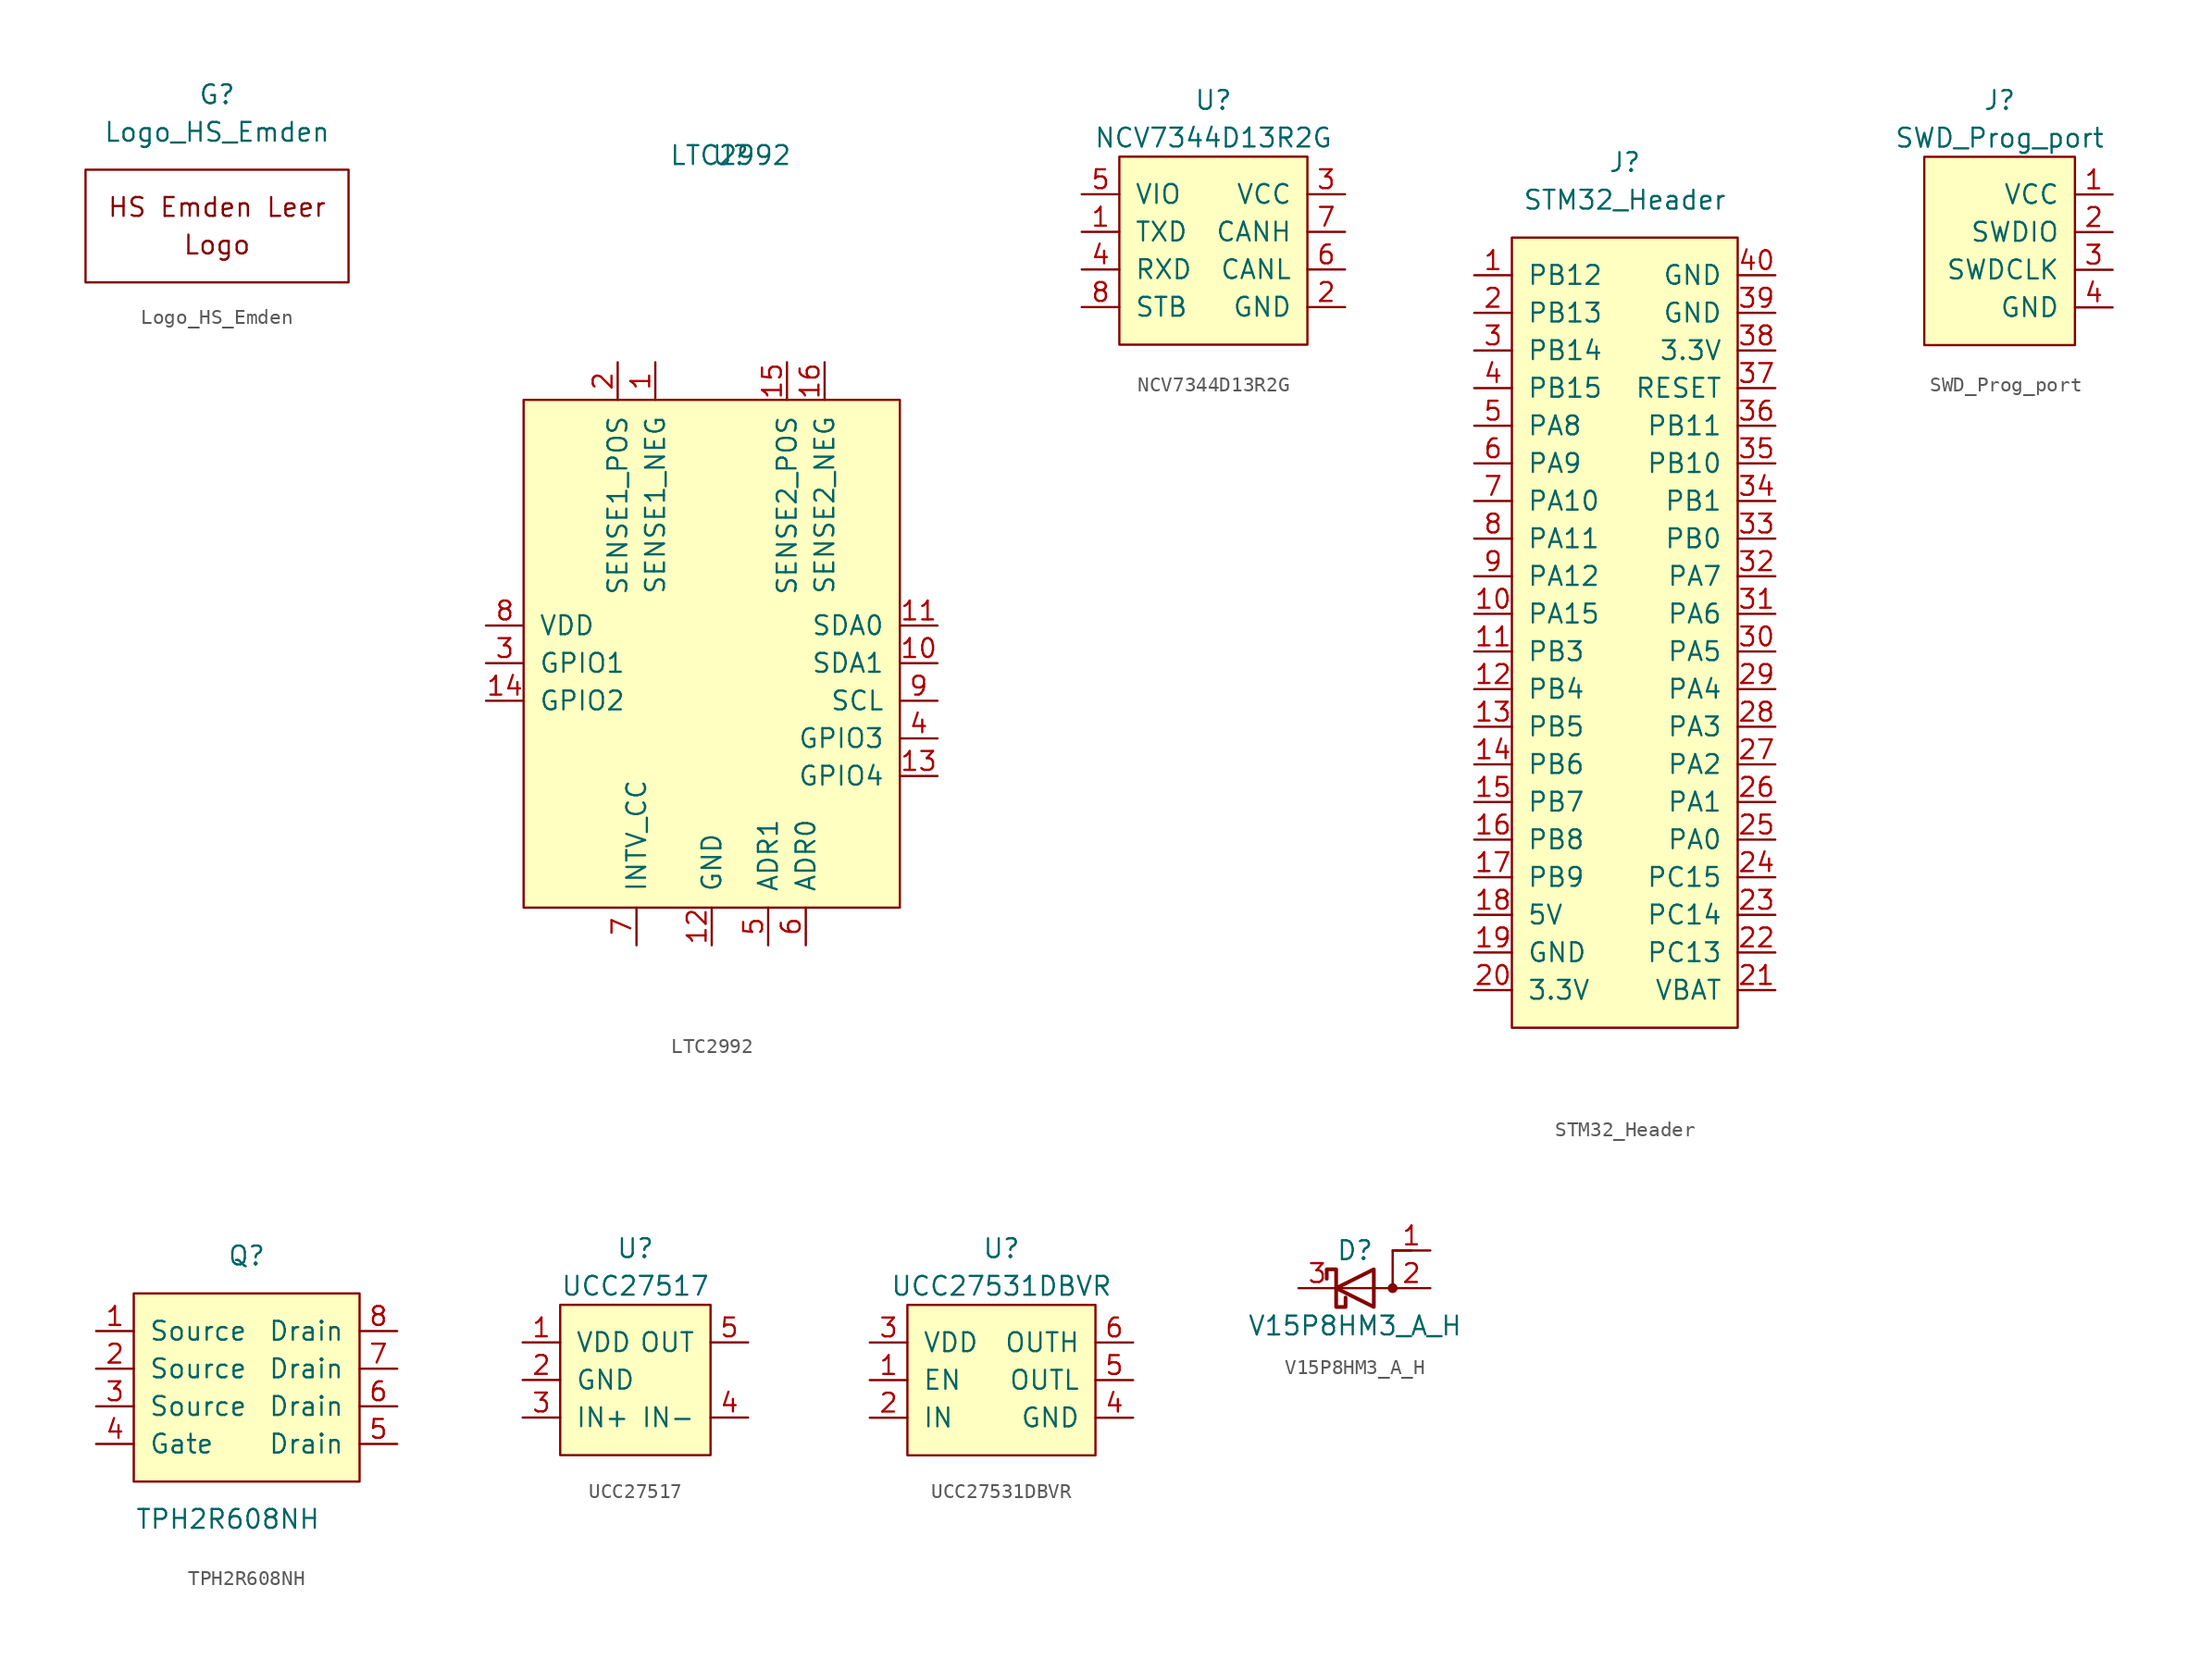
<source format=kicad_sym>
(kicad_symbol_lib
  (version 20211014)
  (generator kicad_symbol_editor)
  (symbol "Logo_HS_Emden"
    (pin_names
      (offset 1.016))
    (property "Reference" "G"
      (at 0 8.89 0)
      (effects (font (size 1.27 1.27))))
    (property "Value" "Logo_HS_Emden"
      (at 0 6.35 0)
      (effects (font (size 1.27 1.27))))
    (symbol "Logo_HS_Emden_0_0"
      (text "HS Emden Leer" (at 0 1.27 0) (effects (font (size 1.27 1.27))))
      (text "Logo" (at 0 -1.27 0) (effects (font (size 1.27 1.27)))))
    (symbol "Logo_HS_Emden_0_1"
      (rectangle (start -8.89 3.81) (end 8.89 -3.81) (stroke (width 0) (type default) (color 0 0 0 0)) (fill (type none)))))
  (symbol "LTC2992"
    (pin_names
      (offset 1.016))
    (property "Reference" "U"
      (at 1.27 34.29 0)
      (effects (font (size 1.27 1.27))))
    (property "Value" "LTC2992"
      (at 1.27 34.29 0)
      (effects (font (size 1.27 1.27))))
    (symbol "LTC2992_0_1"
      (rectangle (start -12.7 -16.51) (end 12.7 17.78) (stroke (width 0) (type default) (color 0 0 0 0)) (fill (type background))))
    (symbol "LTC2992_1_1"
      (pin input line (at -3.81 20.32 270) (length 2.54) (name "SENSE1_NEG" (effects (font (size 1.27 1.27)))) (number "1" (effects (font (size 1.27 1.27)))))
      (pin input line (at 15.24 0 180) (length 2.54) (name "SDA1" (effects (font (size 1.27 1.27)))) (number "10" (effects (font (size 1.27 1.27)))))
      (pin input line (at 15.24 2.54 180) (length 2.54) (name "SDA0" (effects (font (size 1.27 1.27)))) (number "11" (effects (font (size 1.27 1.27)))))
      (pin input line (at 0 -19.05 90) (length 2.54) (name "GND" (effects (font (size 1.27 1.27)))) (number "12" (effects (font (size 1.27 1.27)))))
      (pin input line (at 15.24 -7.62 180) (length 2.54) (name "GPIO4" (effects (font (size 1.27 1.27)))) (number "13" (effects (font (size 1.27 1.27)))))
      (pin input line (at -15.24 -2.54 0) (length 2.54) (name "GPIO2" (effects (font (size 1.27 1.27)))) (number "14" (effects (font (size 1.27 1.27)))))
      (pin input line (at 5.08 20.32 270) (length 2.54) (name "SENSE2_POS" (effects (font (size 1.27 1.27)))) (number "15" (effects (font (size 1.27 1.27)))))
      (pin input line (at 7.62 20.32 270) (length 2.54) (name "SENSE2_NEG" (effects (font (size 1.27 1.27)))) (number "16" (effects (font (size 1.27 1.27)))))
      (pin input line (at -6.35 20.32 270) (length 2.54) (name "SENSE1_POS" (effects (font (size 1.27 1.27)))) (number "2" (effects (font (size 1.27 1.27)))))
      (pin input line (at -15.24 0 0) (length 2.54) (name "GPIO1" (effects (font (size 1.27 1.27)))) (number "3" (effects (font (size 1.27 1.27)))))
      (pin input line (at 15.24 -5.08 180) (length 2.54) (name "GPIO3" (effects (font (size 1.27 1.27)))) (number "4" (effects (font (size 1.27 1.27)))))
      (pin input line (at 3.81 -19.05 90) (length 2.54) (name "ADR1" (effects (font (size 1.27 1.27)))) (number "5" (effects (font (size 1.27 1.27)))))
      (pin input line (at 6.35 -19.05 90) (length 2.54) (name "ADR0" (effects (font (size 1.27 1.27)))) (number "6" (effects (font (size 1.27 1.27)))))
      (pin input line (at -5.08 -19.05 90) (length 2.54) (name "INTV_CC" (effects (font (size 1.27 1.27)))) (number "7" (effects (font (size 1.27 1.27)))))
      (pin input line (at -15.24 2.54 0) (length 2.54) (name "VDD" (effects (font (size 1.27 1.27)))) (number "8" (effects (font (size 1.27 1.27)))))
      (pin input line (at 15.24 -2.54 180) (length 2.54) (name "SCL" (effects (font (size 1.27 1.27)))) (number "9" (effects (font (size 1.27 1.27)))))))
  (symbol "NCV7344D13R2G"
    (pin_names
      (offset 1.016))
    (property "Reference" "U"
      (at 0 10.16 0)
      (effects (font (size 1.27 1.27))))
    (property "Value" "NCV7344D13R2G"
      (at 0 7.62 0)
      (effects (font (size 1.27 1.27))))
    (symbol "NCV7344D13R2G_0_1"
      (rectangle (start -6.35 6.35) (end 6.35 -6.35) (stroke (width 0) (type default) (color 0 0 0 0)) (fill (type background))))
    (symbol "NCV7344D13R2G_1_1"
      (pin input line (at -8.89 1.27 0) (length 2.54) (name "TXD" (effects (font (size 1.27 1.27)))) (number "1" (effects (font (size 1.27 1.27)))))
      (pin power_in line (at 8.89 -3.81 180) (length 2.54) (name "GND" (effects (font (size 1.27 1.27)))) (number "2" (effects (font (size 1.27 1.27)))))
      (pin power_in line (at 8.89 3.81 180) (length 2.54) (name "VCC" (effects (font (size 1.27 1.27)))) (number "3" (effects (font (size 1.27 1.27)))))
      (pin input line (at -8.89 -1.27 0) (length 2.54) (name "RXD" (effects (font (size 1.27 1.27)))) (number "4" (effects (font (size 1.27 1.27)))))
      (pin power_in line (at -8.89 3.81 0) (length 2.54) (name "VIO" (effects (font (size 1.27 1.27)))) (number "5" (effects (font (size 1.27 1.27)))))
      (pin input line (at 8.89 -1.27 180) (length 2.54) (name "CANL" (effects (font (size 1.27 1.27)))) (number "6" (effects (font (size 1.27 1.27)))))
      (pin input line (at 8.89 1.27 180) (length 2.54) (name "CANH" (effects (font (size 1.27 1.27)))) (number "7" (effects (font (size 1.27 1.27)))))
      (pin input line (at -8.89 -3.81 0) (length 2.54) (name "STB" (effects (font (size 1.27 1.27)))) (number "8" (effects (font (size 1.27 1.27)))))))
  (symbol "STM32_Header"
    (pin_names
      (offset 1.016))
    (property "Reference" "J"
      (at 0 30.48 0)
      (effects (font (size 1.27 1.27))))
    (property "Value" "STM32_Header"
      (at 0 27.94 0)
      (effects (font (size 1.27 1.27))))
    (symbol "STM32_Header_0_1"
      (rectangle (start -7.62 25.4) (end 7.62 -27.94) (stroke (width 0) (type default) (color 0 0 0 0)) (fill (type background))))
    (symbol "STM32_Header_1_1"
      (pin input line (at -10.16 22.86 0) (length 2.54) (name "PB12" (effects (font (size 1.27 1.27)))) (number "1" (effects (font (size 1.27 1.27)))))
      (pin input line (at -10.16 0 0) (length 2.54) (name "PA15" (effects (font (size 1.27 1.27)))) (number "10" (effects (font (size 1.27 1.27)))))
      (pin input line (at -10.16 -2.54 0) (length 2.54) (name "PB3" (effects (font (size 1.27 1.27)))) (number "11" (effects (font (size 1.27 1.27)))))
      (pin input line (at -10.16 -5.08 0) (length 2.54) (name "PB4" (effects (font (size 1.27 1.27)))) (number "12" (effects (font (size 1.27 1.27)))))
      (pin input line (at -10.16 -7.62 0) (length 2.54) (name "PB5" (effects (font (size 1.27 1.27)))) (number "13" (effects (font (size 1.27 1.27)))))
      (pin input line (at -10.16 -10.16 0) (length 2.54) (name "PB6" (effects (font (size 1.27 1.27)))) (number "14" (effects (font (size 1.27 1.27)))))
      (pin input line (at -10.16 -12.7 0) (length 2.54) (name "PB7" (effects (font (size 1.27 1.27)))) (number "15" (effects (font (size 1.27 1.27)))))
      (pin input line (at -10.16 -15.24 0) (length 2.54) (name "PB8" (effects (font (size 1.27 1.27)))) (number "16" (effects (font (size 1.27 1.27)))))
      (pin input line (at -10.16 -17.78 0) (length 2.54) (name "PB9" (effects (font (size 1.27 1.27)))) (number "17" (effects (font (size 1.27 1.27)))))
      (pin input line (at -10.16 -20.32 0) (length 2.54) (name "5V" (effects (font (size 1.27 1.27)))) (number "18" (effects (font (size 1.27 1.27)))))
      (pin input line (at -10.16 -22.86 0) (length 2.54) (name "GND" (effects (font (size 1.27 1.27)))) (number "19" (effects (font (size 1.27 1.27)))))
      (pin input line (at -10.16 20.32 0) (length 2.54) (name "PB13" (effects (font (size 1.27 1.27)))) (number "2" (effects (font (size 1.27 1.27)))))
      (pin input line (at -10.16 -25.4 0) (length 2.54) (name "3.3V" (effects (font (size 1.27 1.27)))) (number "20" (effects (font (size 1.27 1.27)))))
      (pin input line (at 10.16 -25.4 180) (length 2.54) (name "VBAT" (effects (font (size 1.27 1.27)))) (number "21" (effects (font (size 1.27 1.27)))))
      (pin input line (at 10.16 -22.86 180) (length 2.54) (name "PC13" (effects (font (size 1.27 1.27)))) (number "22" (effects (font (size 1.27 1.27)))))
      (pin input line (at 10.16 -20.32 180) (length 2.54) (name "PC14" (effects (font (size 1.27 1.27)))) (number "23" (effects (font (size 1.27 1.27)))))
      (pin input line (at 10.16 -17.78 180) (length 2.54) (name "PC15" (effects (font (size 1.27 1.27)))) (number "24" (effects (font (size 1.27 1.27)))))
      (pin input line (at 10.16 -15.24 180) (length 2.54) (name "PA0" (effects (font (size 1.27 1.27)))) (number "25" (effects (font (size 1.27 1.27)))))
      (pin input line (at 10.16 -12.7 180) (length 2.54) (name "PA1" (effects (font (size 1.27 1.27)))) (number "26" (effects (font (size 1.27 1.27)))))
      (pin input line (at 10.16 -10.16 180) (length 2.54) (name "PA2" (effects (font (size 1.27 1.27)))) (number "27" (effects (font (size 1.27 1.27)))))
      (pin input line (at 10.16 -7.62 180) (length 2.54) (name "PA3" (effects (font (size 1.27 1.27)))) (number "28" (effects (font (size 1.27 1.27)))))
      (pin input line (at 10.16 -5.08 180) (length 2.54) (name "PA4" (effects (font (size 1.27 1.27)))) (number "29" (effects (font (size 1.27 1.27)))))
      (pin input line (at -10.16 17.78 0) (length 2.54) (name "PB14" (effects (font (size 1.27 1.27)))) (number "3" (effects (font (size 1.27 1.27)))))
      (pin input line (at 10.16 -2.54 180) (length 2.54) (name "PA5" (effects (font (size 1.27 1.27)))) (number "30" (effects (font (size 1.27 1.27)))))
      (pin input line (at 10.16 0 180) (length 2.54) (name "PA6" (effects (font (size 1.27 1.27)))) (number "31" (effects (font (size 1.27 1.27)))))
      (pin input line (at 10.16 2.54 180) (length 2.54) (name "PA7" (effects (font (size 1.27 1.27)))) (number "32" (effects (font (size 1.27 1.27)))))
      (pin input line (at 10.16 5.08 180) (length 2.54) (name "PB0" (effects (font (size 1.27 1.27)))) (number "33" (effects (font (size 1.27 1.27)))))
      (pin input line (at 10.16 7.62 180) (length 2.54) (name "PB1" (effects (font (size 1.27 1.27)))) (number "34" (effects (font (size 1.27 1.27)))))
      (pin input line (at 10.16 10.16 180) (length 2.54) (name "PB10" (effects (font (size 1.27 1.27)))) (number "35" (effects (font (size 1.27 1.27)))))
      (pin input line (at 10.16 12.7 180) (length 2.54) (name "PB11" (effects (font (size 1.27 1.27)))) (number "36" (effects (font (size 1.27 1.27)))))
      (pin input line (at 10.16 15.24 180) (length 2.54) (name "RESET" (effects (font (size 1.27 1.27)))) (number "37" (effects (font (size 1.27 1.27)))))
      (pin input line (at 10.16 17.78 180) (length 2.54) (name "3.3V" (effects (font (size 1.27 1.27)))) (number "38" (effects (font (size 1.27 1.27)))))
      (pin input line (at 10.16 20.32 180) (length 2.54) (name "GND" (effects (font (size 1.27 1.27)))) (number "39" (effects (font (size 1.27 1.27)))))
      (pin input line (at -10.16 15.24 0) (length 2.54) (name "PB15" (effects (font (size 1.27 1.27)))) (number "4" (effects (font (size 1.27 1.27)))))
      (pin input line (at 10.16 22.86 180) (length 2.54) (name "GND" (effects (font (size 1.27 1.27)))) (number "40" (effects (font (size 1.27 1.27)))))
      (pin input line (at -10.16 12.7 0) (length 2.54) (name "PA8" (effects (font (size 1.27 1.27)))) (number "5" (effects (font (size 1.27 1.27)))))
      (pin input line (at -10.16 10.16 0) (length 2.54) (name "PA9" (effects (font (size 1.27 1.27)))) (number "6" (effects (font (size 1.27 1.27)))))
      (pin input line (at -10.16 7.62 0) (length 2.54) (name "PA10" (effects (font (size 1.27 1.27)))) (number "7" (effects (font (size 1.27 1.27)))))
      (pin input line (at -10.16 5.08 0) (length 2.54) (name "PA11" (effects (font (size 1.27 1.27)))) (number "8" (effects (font (size 1.27 1.27)))))
      (pin input line (at -10.16 2.54 0) (length 2.54) (name "PA12" (effects (font (size 1.27 1.27)))) (number "9" (effects (font (size 1.27 1.27)))))))
  (symbol "SWD_Prog_port"
    (pin_names
      (offset 1.016))
    (property "Reference" "J"
      (at 0 10.16 0)
      (effects (font (size 1.27 1.27))))
    (property "Value" "SWD_Prog_port"
      (at 0 7.62 0)
      (effects (font (size 1.27 1.27))))
    (symbol "SWD_Prog_port_0_1"
      (rectangle (start -5.08 6.35) (end 5.08 -6.35) (stroke (width 0) (type default) (color 0 0 0 0)) (fill (type background))))
    (symbol "SWD_Prog_port_1_1"
      (pin input line (at 7.62 3.81 180) (length 2.54) (name "VCC" (effects (font (size 1.27 1.27)))) (number "1" (effects (font (size 1.27 1.27)))))
      (pin bidirectional line (at 7.62 1.27 180) (length 2.54) (name "SWDIO" (effects (font (size 1.27 1.27)))) (number "2" (effects (font (size 1.27 1.27)))))
      (pin input line (at 7.62 -1.27 180) (length 2.54) (name "SWDCLK" (effects (font (size 1.27 1.27)))) (number "3" (effects (font (size 1.27 1.27)))))
      (pin input line (at 7.62 -3.81 180) (length 2.54) (name "GND" (effects (font (size 1.27 1.27)))) (number "4" (effects (font (size 1.27 1.27)))))))
  (symbol "TPH2R608NH"
    (pin_names
      (offset 1.016))
    (property "Reference" "Q"
      (at 0 8.89 0)
      (effects (font (size 1.27 1.27))))
    (property "Value" "TPH2R608NH"
      (at -1.27 -8.89 0)
      (effects (font (size 1.27 1.27))))
    (symbol "TPH2R608NH_0_1"
      (rectangle (start -7.62 6.35) (end 7.62 -6.35) (stroke (width 0) (type default) (color 0 0 0 0)) (fill (type background))))
    (symbol "TPH2R608NH_1_1"
      (pin input line (at -10.16 3.81 0) (length 2.54) (name "Source" (effects (font (size 1.27 1.27)))) (number "1" (effects (font (size 1.27 1.27)))))
      (pin input line (at -10.16 1.27 0) (length 2.54) (name "Source" (effects (font (size 1.27 1.27)))) (number "2" (effects (font (size 1.27 1.27)))))
      (pin input line (at -10.16 -1.27 0) (length 2.54) (name "Source" (effects (font (size 1.27 1.27)))) (number "3" (effects (font (size 1.27 1.27)))))
      (pin input line (at -10.16 -3.81 0) (length 2.54) (name "Gate" (effects (font (size 1.27 1.27)))) (number "4" (effects (font (size 1.27 1.27)))))
      (pin input line (at 10.16 -3.81 180) (length 2.54) (name "Drain" (effects (font (size 1.27 1.27)))) (number "5" (effects (font (size 1.27 1.27)))))
      (pin input line (at 10.16 -1.27 180) (length 2.54) (name "Drain" (effects (font (size 1.27 1.27)))) (number "6" (effects (font (size 1.27 1.27)))))
      (pin input line (at 10.16 1.27 180) (length 2.54) (name "Drain" (effects (font (size 1.27 1.27)))) (number "7" (effects (font (size 1.27 1.27)))))
      (pin input line (at 10.16 3.81 180) (length 2.54) (name "Drain" (effects (font (size 1.27 1.27)))) (number "8" (effects (font (size 1.27 1.27)))))))
  (symbol "UCC27517"
    (pin_names
      (offset 1.016))
    (property "Reference" "U"
      (at 0 11.43 0)
      (effects (font (size 1.27 1.27))))
    (property "Value" "UCC27517"
      (at 0 8.89 0)
      (effects (font (size 1.27 1.27))))
    (symbol "UCC27517_0_1"
      (rectangle (start -5.08 7.62) (end 5.08 -2.54) (stroke (width 0) (type default) (color 0 0 0 0)) (fill (type background))))
    (symbol "UCC27517_1_1"
      (pin power_in line (at -7.62 5.08 0) (length 2.54) (name "VDD" (effects (font (size 1.27 1.27)))) (number "1" (effects (font (size 1.27 1.27)))))
      (pin power_in line (at -7.62 2.54 0) (length 2.54) (name "GND" (effects (font (size 1.27 1.27)))) (number "2" (effects (font (size 1.27 1.27)))))
      (pin input line (at -7.62 0 0) (length 2.54) (name "IN+" (effects (font (size 1.27 1.27)))) (number "3" (effects (font (size 1.27 1.27)))))
      (pin input line (at 7.62 0 180) (length 2.54) (name "IN-" (effects (font (size 1.27 1.27)))) (number "4" (effects (font (size 1.27 1.27)))))
      (pin output line (at 7.62 5.08 180) (length 2.54) (name "OUT" (effects (font (size 1.27 1.27)))) (number "5" (effects (font (size 1.27 1.27)))))))
  (symbol "UCC27531DBVR"
    (pin_names
      (offset 1.016))
    (property "Reference" "U"
      (at 0 8.89 0)
      (effects (font (size 1.27 1.27))))
    (property "Value" "UCC27531DBVR"
      (at 0 6.35 0)
      (effects (font (size 1.27 1.27))))
    (symbol "UCC27531DBVR_0_1"
      (rectangle (start -6.35 5.08) (end 6.35 -5.08) (stroke (width 0) (type default) (color 0 0 0 0)) (fill (type background))))
    (symbol "UCC27531DBVR_1_1"
      (pin input line (at -8.89 0 0) (length 2.54) (name "EN" (effects (font (size 1.27 1.27)))) (number "1" (effects (font (size 1.27 1.27)))))
      (pin input line (at -8.89 -2.54 0) (length 2.54) (name "IN" (effects (font (size 1.27 1.27)))) (number "2" (effects (font (size 1.27 1.27)))))
      (pin power_in line (at -8.89 2.54 0) (length 2.54) (name "VDD" (effects (font (size 1.27 1.27)))) (number "3" (effects (font (size 1.27 1.27)))))
      (pin power_in line (at 8.89 -2.54 180) (length 2.54) (name "GND" (effects (font (size 1.27 1.27)))) (number "4" (effects (font (size 1.27 1.27)))))
      (pin output line (at 8.89 0 180) (length 2.54) (name "OUTL" (effects (font (size 1.27 1.27)))) (number "5" (effects (font (size 1.27 1.27)))))
      (pin output line (at 8.89 2.54 180) (length 2.54) (name "OUTH" (effects (font (size 1.27 1.27)))) (number "6" (effects (font (size 1.27 1.27)))))))
  (symbol "V15P8HM3_A_H"
    (pin_names
      (offset 0) hide)
    (property "Reference" "D"
      (at 0 2.54 0)
      (effects (font (size 1.27 1.27))))
    (property "Value" "V15P8HM3_A_H"
      (at 0 -2.54 0)
      (effects (font (size 1.27 1.27))))
    (symbol "V15P8HM3_A_H_0_1"
      (polyline (pts (xy 1.27 1.27) (xy 1.27 -1.27) (xy -1.27 0) (xy 1.27 1.27)) (stroke (width 0.254) (type default) (color 0 0 0 0)) (fill (type none)))
      (polyline (pts (xy 3.81 2.54) (xy 2.54 2.54) (xy 2.54 0) (xy -1.27 0)) (stroke (width 0) (type default) (color 0 0 0 0)) (fill (type none)))
      (polyline (pts (xy -1.905 0.635) (xy -1.905 1.27) (xy -1.27 1.27) (xy -1.27 -1.27) (xy -0.635 -1.27) (xy -0.635 -0.635)) (stroke (width 0.254) (type default) (color 0 0 0 0)) (fill (type none)))
      (circle (center 2.54 0) (radius 0.254) (stroke (width 0) (type default) (color 0 0 0 0)) (fill (type outline))))
    (symbol "V15P8HM3_A_H_1_1"
      (pin passive line (at 5.08 2.54 180) (length 2.54) (name "A" (effects (font (size 1.27 1.27)))) (number "1" (effects (font (size 1.27 1.27)))))
      (pin passive line (at 5.08 0 180) (length 2.54) (name "A" (effects (font (size 1.27 1.27)))) (number "2" (effects (font (size 1.27 1.27)))))
      (pin passive line (at -3.81 0 0) (length 2.54) (name "K" (effects (font (size 1.27 1.27)))) (number "3" (effects (font (size 1.27 1.27))))))))
</source>
